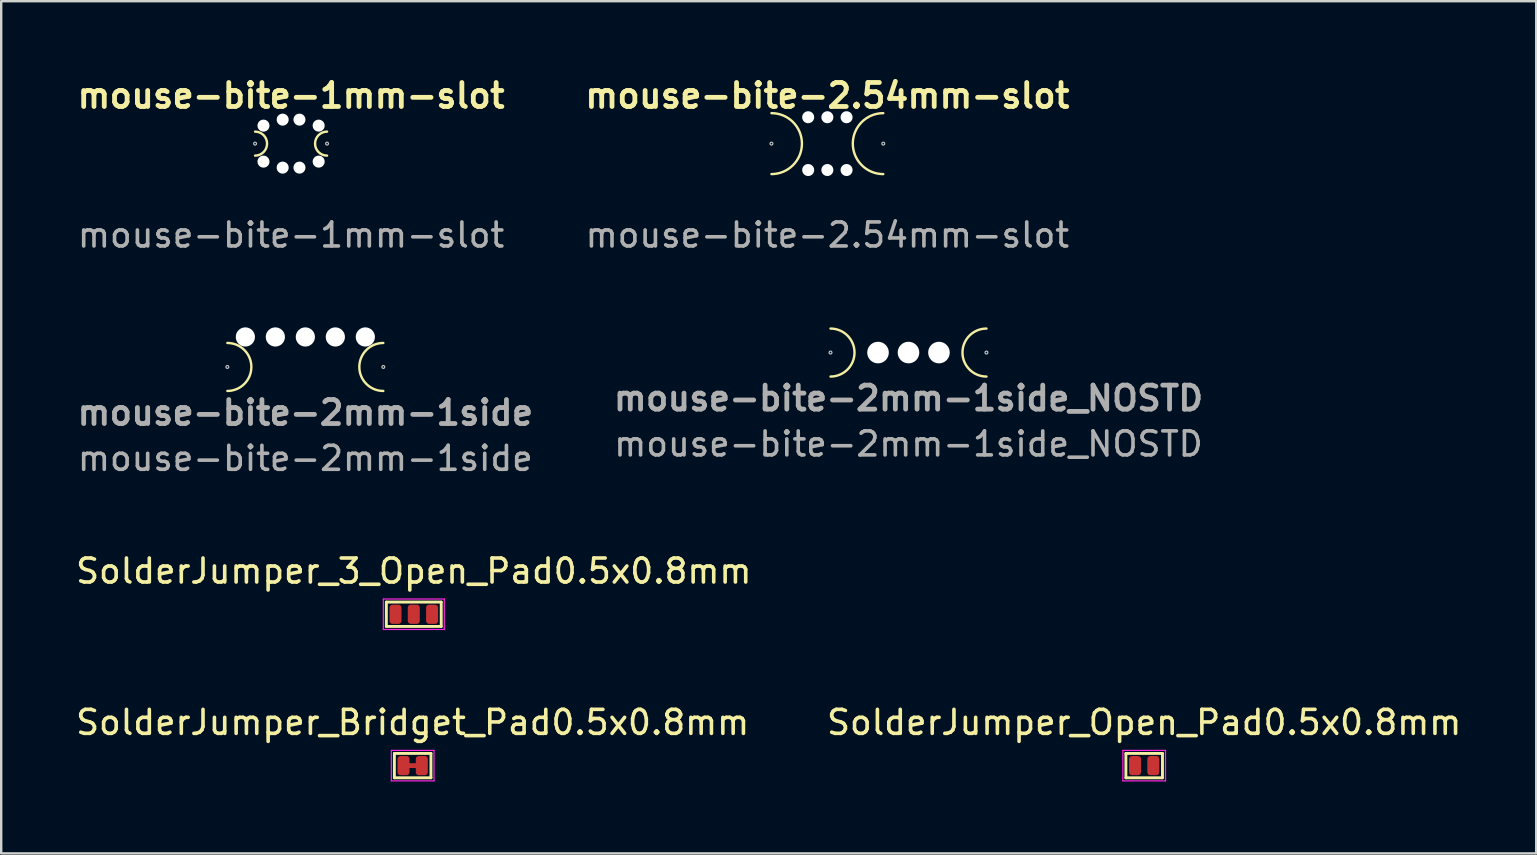
<source format=kicad_pcb>
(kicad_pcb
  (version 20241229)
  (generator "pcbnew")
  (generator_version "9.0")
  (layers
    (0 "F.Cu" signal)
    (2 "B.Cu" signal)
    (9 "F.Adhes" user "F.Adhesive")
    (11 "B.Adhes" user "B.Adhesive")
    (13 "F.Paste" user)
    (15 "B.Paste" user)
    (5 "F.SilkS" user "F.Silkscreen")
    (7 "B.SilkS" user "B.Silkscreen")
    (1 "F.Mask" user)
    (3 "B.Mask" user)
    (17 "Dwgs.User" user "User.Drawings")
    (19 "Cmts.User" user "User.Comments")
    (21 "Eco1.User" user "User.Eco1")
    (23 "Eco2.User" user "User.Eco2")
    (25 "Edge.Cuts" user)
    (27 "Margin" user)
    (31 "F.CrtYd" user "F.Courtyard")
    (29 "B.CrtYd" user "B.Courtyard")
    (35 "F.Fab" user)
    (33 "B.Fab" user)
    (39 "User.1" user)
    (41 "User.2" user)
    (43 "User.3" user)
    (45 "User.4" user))
  (footprint "mouse-bite-1mm-slot"
    (layer "F.Cu")
    (at 9.081 2.936)
    (property "Reference" "mouse-bite-1mm-slot" (at 0 -2 0) (layer "F.SilkS") (effects (font (size 1 1) (thickness 0.2))))
    (attr exclude_from_pos_files exclude_from_bom)
    (fp_arc (start -1.5 -0.5) (mid -1 0) (end -1.5 0.5) (stroke (width 0.1) (type solid)) (layer "F.SilkS"))
    (fp_arc (start 1.5 0.5) (mid 1 0) (end 1.5 -0.5) (stroke (width 0.1) (type solid)) (layer "F.SilkS"))
    (fp_circle (center -1.5 0) (end -1.44 0) (stroke (width 0.05) (type solid)) (fill no) (layer "Dwgs.User"))
    (fp_circle (center 1.5 0) (end 1.56 0) (stroke (width 0.05) (type solid)) (fill no) (layer "Dwgs.User"))
    (fp_line (start -1.5 0) (end -1.5 0) (stroke (width 1) (type solid)) (layer "Eco1.User"))
    (fp_line (start 1.5 0) (end 1.5 0) (stroke (width 1) (type solid)) (layer "Eco1.User"))
    (fp_text user "${REFERENCE}" (at 0 3.81 0) (layer "F.Fab") (effects (font (size 1 1) (thickness 0.15))))
    (pad "" np_thru_hole circle (at -1.15 -0.75) (size 0.5 0.5) (drill 0.5) (layers "*.Cu" "*.Mask"))
    (pad "" np_thru_hole circle (at -1.15 0.75) (size 0.5 0.5) (drill 0.5) (layers "*.Cu" "*.Mask"))
    (pad "" np_thru_hole circle (at -0.35 -1) (size 0.5 0.5) (drill 0.5) (layers "*.Cu" "*.Mask"))
    (pad "" np_thru_hole circle (at -0.35 1) (size 0.5 0.5) (drill 0.5) (layers "*.Cu" "*.Mask"))
    (pad "" np_thru_hole circle (at 0.35 -1) (size 0.5 0.5) (drill 0.5) (layers "*.Cu" "*.Mask"))
    (pad "" np_thru_hole circle (at 0.35 1) (size 0.5 0.5) (drill 0.5) (layers "*.Cu" "*.Mask"))
    (pad "" np_thru_hole circle (at 1.15 -0.75) (size 0.5 0.5) (drill 0.5) (layers "*.Cu" "*.Mask"))
    (pad "" np_thru_hole circle (at 1.15 0.75) (size 0.5 0.5) (drill 0.5) (layers "*.Cu" "*.Mask")))
  (footprint "SolderJumper_Bridget_Pad0.5x0.8mm"
    (layer "F.Cu")
    (at 14.149 28.859)
    (property "Reference" "SolderJumper_Bridget_Pad0.5x0.8mm" (at 0 -1.8 0) (layer "F.SilkS") (effects (font (size 1 1) (thickness 0.15))))
    (attr exclude_from_pos_files exclude_from_bom)
    (fp_rect (start -0.2 -0.1) (end 0.2 0.1) (stroke (width 0) (type solid)) (fill yes) (layer "F.Cu"))
    (fp_line (start -0.762 -0.508) (end 0.762 -0.508) (stroke (width 0.12) (type solid)) (layer "F.SilkS"))
    (fp_line (start -0.762 0.508) (end -0.762 -0.508) (stroke (width 0.12) (type solid)) (layer "F.SilkS"))
    (fp_line (start 0.762 -0.508) (end 0.762 0.508) (stroke (width 0.12) (type solid)) (layer "F.SilkS"))
    (fp_line (start 0.762 0.508) (end -0.762 0.508) (stroke (width 0.12) (type solid)) (layer "F.SilkS"))
    (fp_line (start -0.889 -0.635) (end -0.889 0.635) (stroke (width 0.05) (type solid)) (layer "F.CrtYd"))
    (fp_line (start -0.889 -0.635) (end 0.889 -0.635) (stroke (width 0.05) (type solid)) (layer "F.CrtYd"))
    (fp_line (start 0.889 0.635) (end -0.889 0.635) (stroke (width 0.05) (type solid)) (layer "F.CrtYd"))
    (fp_line (start 0.889 0.635) (end 0.889 -0.635) (stroke (width 0.05) (type solid)) (layer "F.CrtYd"))
    (pad "1" smd roundrect (at -0.381 0) (size 0.5 0.8) (layers "F.Cu" "F.Mask") (roundrect_rratio 0.25))
    (pad "2" smd roundrect (at 0.381 0) (size 0.5 0.8) (layers "F.Cu" "F.Mask") (roundrect_rratio 0.25)))
  (footprint "mouse-bite-2mm-1side"
    (layer "F.Cu")
    (at 9.676 12.244)
    (property "Reference" "mouse-bite-2mm-1side" (at 0 1.905 0) (layer "F.Fab") (effects (font (size 1 1) (thickness 0.2))))
    (attr exclude_from_pos_files exclude_from_bom)
    (fp_arc (start -3.25 -1) (mid -2.25 0) (end -3.25 1) (stroke (width 0.1) (type solid)) (layer "F.SilkS"))
    (fp_arc (start 3.25 1) (mid 2.25 0) (end 3.25 -1) (stroke (width 0.1) (type solid)) (layer "F.SilkS"))
    (fp_circle (center -3.25 0) (end -3.25 -0.06) (stroke (width 0.05) (type solid)) (fill no) (layer "Dwgs.User"))
    (fp_circle (center 3.25 0) (end 3.31 0) (stroke (width 0.05) (type solid)) (fill no) (layer "Dwgs.User"))
    (fp_line (start -3.25 0) (end -3.25 0) (stroke (width 2) (type solid)) (layer "Eco1.User"))
    (fp_line (start 3.25 0) (end 3.25 0) (stroke (width 2) (type solid)) (layer "Eco1.User"))
    (fp_text user "${REFERENCE}" (at 0 3.81 0) (layer "F.Fab") (effects (font (size 1 1) (thickness 0.15))))
    (pad "" np_thru_hole circle (at -2.5 -1.25) (size 0.8 0.8) (drill 0.8) (layers "*.Cu" "*.Mask"))
    (pad "" np_thru_hole circle (at -1.25 -1.25) (size 0.8 0.8) (drill 0.8) (layers "*.Cu" "*.Mask"))
    (pad "" np_thru_hole circle (at 0 -1.25) (size 0.8 0.8) (drill 0.8) (layers "*.Cu" "*.Mask"))
    (pad "" np_thru_hole circle (at 1.25 -1.25) (size 0.8 0.8) (drill 0.8) (layers "*.Cu" "*.Mask"))
    (pad "" np_thru_hole circle (at 2.5 -1.25) (size 0.8 0.8) (drill 0.8) (layers "*.Cu" "*.Mask")))
  (footprint "mouse-bite-2mm-1side_NOSTD"
    (layer "F.Cu")
    (at 34.814 11.644)
    (property "Reference" "mouse-bite-2mm-1side_NOSTD" (at 0 1.905 0) (layer "F.Fab") (effects (font (size 1 1) (thickness 0.2))))
    (attr exclude_from_pos_files exclude_from_bom)
    (fp_arc (start -3.25 -1) (mid -2.25 0) (end -3.25 1) (stroke (width 0.1) (type solid)) (layer "F.SilkS"))
    (fp_arc (start 3.25 1) (mid 2.25 0) (end 3.25 -1) (stroke (width 0.1) (type solid)) (layer "F.SilkS"))
    (fp_circle (center -3.25 0) (end -3.25 -0.06) (stroke (width 0.05) (type solid)) (fill no) (layer "Dwgs.User"))
    (fp_circle (center 3.25 0) (end 3.31 0) (stroke (width 0.05) (type solid)) (fill no) (layer "Dwgs.User"))
    (fp_line (start -3.25 0) (end -3.25 0) (stroke (width 2) (type solid)) (layer "Eco1.User"))
    (fp_line (start 3.25 0) (end 3.25 0) (stroke (width 2) (type solid)) (layer "Eco1.User"))
    (fp_text user "${REFERENCE}" (at 0 3.81 0) (layer "F.Fab") (effects (font (size 1 1) (thickness 0.15))))
    (pad "" np_thru_hole circle (at -1.27 0) (size 0.9 0.9) (drill 0.9) (layers "*.Cu" "*.Mask"))
    (pad "" np_thru_hole circle (at 0 0) (size 0.9 0.9) (drill 0.9) (layers "*.Cu" "*.Mask"))
    (pad "" np_thru_hole circle (at 1.27 0) (size 0.9 0.9) (drill 0.9) (layers "*.Cu" "*.Mask")))
  (footprint "mouse-bite-2.54mm-slot"
    (layer "F.Cu")
    (at 31.433 2.936)
    (property "Reference" "mouse-bite-2.54mm-slot" (at 0 -2 0) (layer "F.SilkS") (effects (font (size 1 1) (thickness 0.2))))
    (attr exclude_from_pos_files exclude_from_bom)
    (fp_arc (start -2.33 -1.27) (mid -1.06 0) (end -2.33 1.27) (stroke (width 0.1) (type solid)) (layer "F.SilkS"))
    (fp_arc (start 2.33 1.27) (mid 1.06 0) (end 2.33 -1.27) (stroke (width 0.1) (type solid)) (layer "F.SilkS"))
    (fp_circle (center -2.33 0) (end -2.27 0) (stroke (width 0.05) (type solid)) (fill no) (layer "Dwgs.User"))
    (fp_circle (center 2.33 0) (end 2.33 -0.06) (stroke (width 0.05) (type solid)) (fill no) (layer "Dwgs.User"))
    (fp_line (start -2.33 0) (end -2.33 0) (stroke (width 2.54) (type solid)) (layer "Eco1.User"))
    (fp_line (start 2.33 0) (end 2.33 0) (stroke (width 2.54) (type solid)) (layer "Eco1.User"))
    (fp_text user "${REFERENCE}" (at 0 3.81 0) (layer "F.Fab") (effects (font (size 1 1) (thickness 0.15))))
    (pad "" np_thru_hole circle (at -0.8 -1.1) (size 0.5 0.5) (drill 0.5) (layers "*.Cu" "*.Mask"))
    (pad "" np_thru_hole circle (at -0.8 1.1) (size 0.5 0.5) (drill 0.5) (layers "*.Cu" "*.Mask"))
    (pad "" np_thru_hole circle (at 0 -1.1) (size 0.5 0.5) (drill 0.5) (layers "*.Cu" "*.Mask"))
    (pad "" np_thru_hole circle (at 0 1.1) (size 0.5 0.5) (drill 0.5) (layers "*.Cu" "*.Mask"))
    (pad "" np_thru_hole circle (at 0.8 -1.1) (size 0.5 0.5) (drill 0.5) (layers "*.Cu" "*.Mask"))
    (pad "" np_thru_hole circle (at 0.8 1.1) (size 0.5 0.5) (drill 0.5) (layers "*.Cu" "*.Mask")))
  (footprint "SolderJumper_Open_Pad0.5x0.8mm"
    (layer "F.Cu")
    (at 44.637 28.859)
    (property "Reference" "SolderJumper_Open_Pad0.5x0.8mm" (at 0 -1.8 0) (layer "F.SilkS") (effects (font (size 1 1) (thickness 0.15))))
    (attr exclude_from_pos_files exclude_from_bom)
    (fp_line (start -0.762 -0.508) (end 0.762 -0.508) (stroke (width 0.12) (type solid)) (layer "F.SilkS"))
    (fp_line (start -0.762 0.508) (end -0.762 -0.508) (stroke (width 0.12) (type solid)) (layer "F.SilkS"))
    (fp_line (start 0.762 -0.508) (end 0.762 0.508) (stroke (width 0.12) (type solid)) (layer "F.SilkS"))
    (fp_line (start 0.762 0.508) (end -0.762 0.508) (stroke (width 0.12) (type solid)) (layer "F.SilkS"))
    (fp_line (start -0.889 -0.635) (end -0.889 0.635) (stroke (width 0.05) (type solid)) (layer "F.CrtYd"))
    (fp_line (start -0.889 -0.635) (end 0.889 -0.635) (stroke (width 0.05) (type solid)) (layer "F.CrtYd"))
    (fp_line (start 0.889 0.635) (end -0.889 0.635) (stroke (width 0.05) (type solid)) (layer "F.CrtYd"))
    (fp_line (start 0.889 0.635) (end 0.889 -0.635) (stroke (width 0.05) (type solid)) (layer "F.CrtYd"))
    (pad "1" smd roundrect (at -0.381 0) (size 0.5 0.8) (layers "F.Cu" "F.Mask") (roundrect_rratio 0.25))
    (pad "2" smd roundrect (at 0.381 0) (size 0.5 0.8) (layers "F.Cu" "F.Mask") (roundrect_rratio 0.25)))
  (footprint "SolderJumper_3_Open_Pad0.5x0.8mm"
    (layer "F.Cu")
    (at 14.196 22.551)
    (property "Reference" "SolderJumper_3_Open_Pad0.5x0.8mm" (at 0 -1.8 0) (layer "F.SilkS") (effects (font (size 1 1) (thickness 0.15))))
    (attr exclude_from_pos_files exclude_from_bom)
    (fp_line (start -1.143 -0.508) (end 1.143 -0.508) (stroke (width 0.12) (type solid)) (layer "F.SilkS"))
    (fp_line (start -1.143 0.508) (end -1.143 -0.508) (stroke (width 0.12) (type solid)) (layer "F.SilkS"))
    (fp_line (start 1.143 -0.508) (end 1.143 0.508) (stroke (width 0.12) (type solid)) (layer "F.SilkS"))
    (fp_line (start 1.143 0.508) (end -1.143 0.508) (stroke (width 0.12) (type solid)) (layer "F.SilkS"))
    (fp_line (start -1.27 -0.635) (end -1.27 0.635) (stroke (width 0.05) (type solid)) (layer "F.CrtYd"))
    (fp_line (start -1.27 -0.635) (end 1.27 -0.635) (stroke (width 0.05) (type solid)) (layer "F.CrtYd"))
    (fp_line (start 1.27 0.635) (end -1.27 0.635) (stroke (width 0.05) (type solid)) (layer "F.CrtYd"))
    (fp_line (start 1.27 0.635) (end 1.27 -0.635) (stroke (width 0.05) (type solid)) (layer "F.CrtYd"))
    (pad "1" smd roundrect (at -0.762 0) (size 0.5 0.8) (layers "F.Cu" "F.Mask") (roundrect_rratio 0.25))
    (pad "2" smd roundrect (at 0 0) (size 0.5 0.8) (layers "F.Cu" "F.Mask") (roundrect_rratio 0.25))
    (pad "3" smd roundrect (at 0.762 0 180) (size 0.5 0.8) (layers "F.Cu" "F.Mask") (roundrect_rratio 0.25)))
  (gr_rect
    (start -3 -3)
    (end 60.976 32.519)
    (stroke (width 0.1) (type default))
    (fill no)
    (layer "Edge.Cuts")))
</source>
